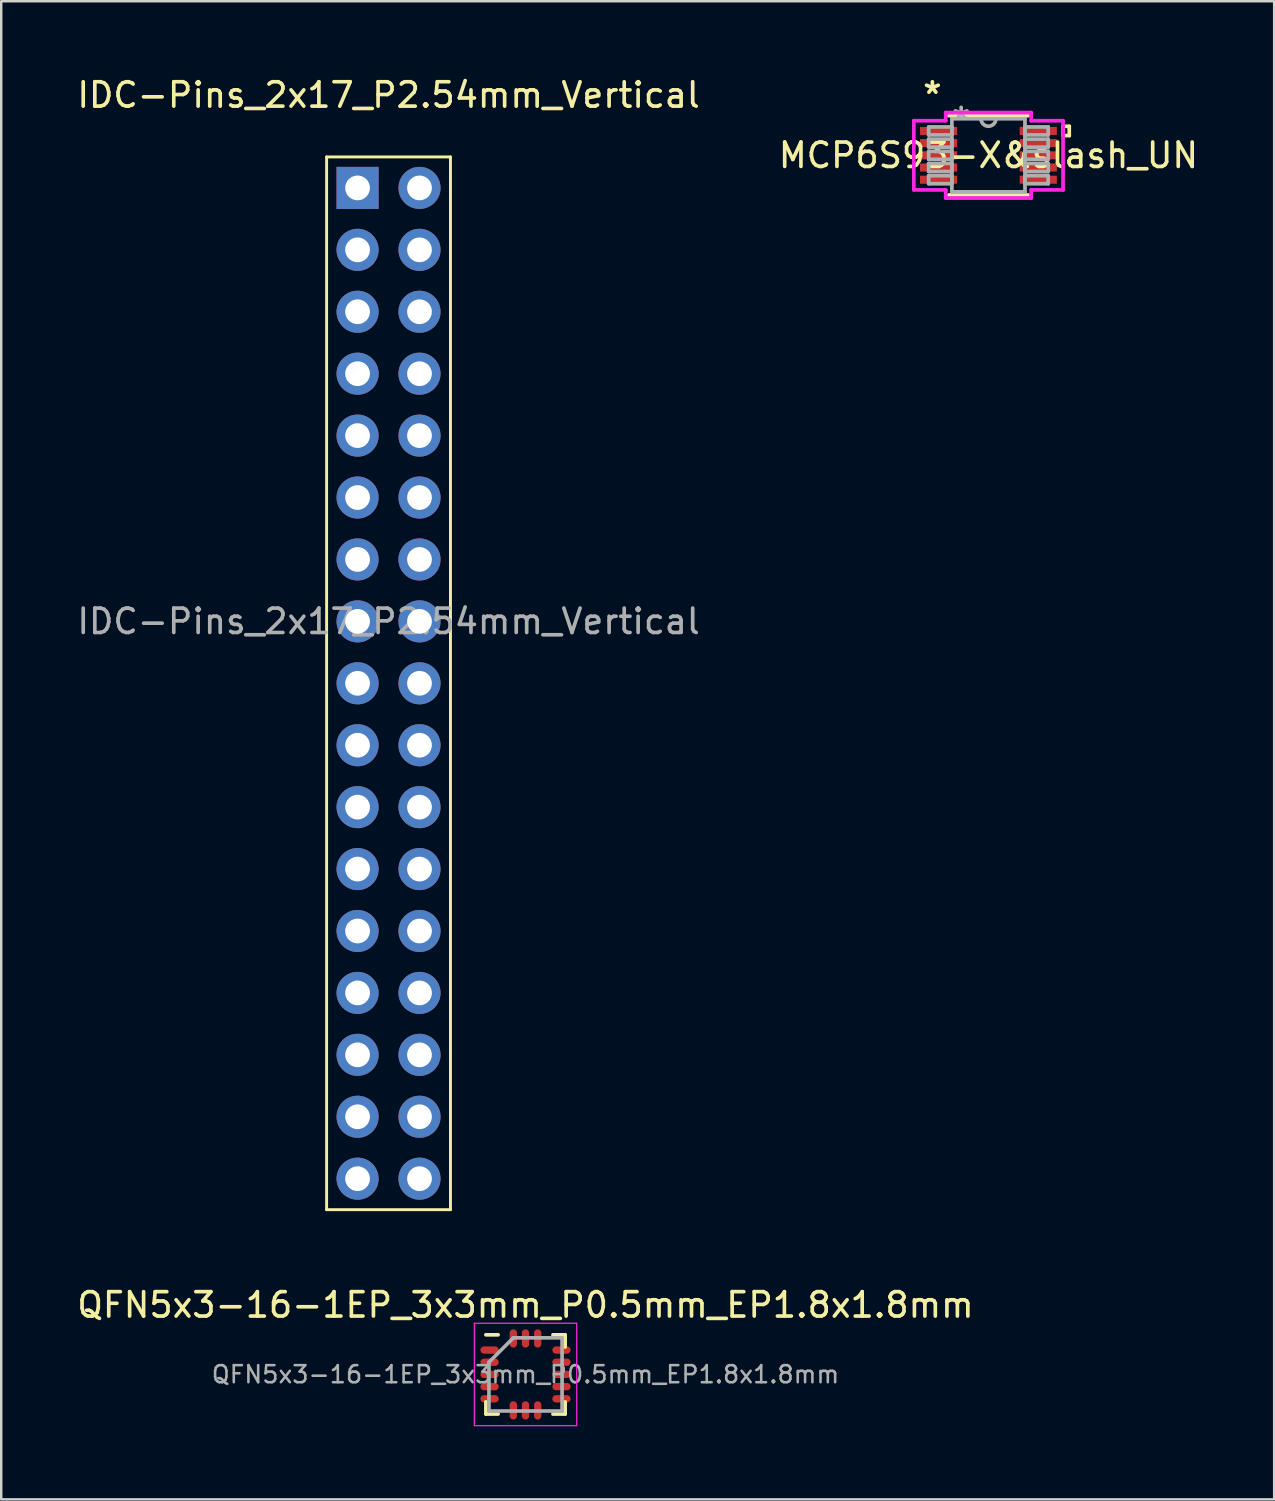
<source format=kicad_pcb>
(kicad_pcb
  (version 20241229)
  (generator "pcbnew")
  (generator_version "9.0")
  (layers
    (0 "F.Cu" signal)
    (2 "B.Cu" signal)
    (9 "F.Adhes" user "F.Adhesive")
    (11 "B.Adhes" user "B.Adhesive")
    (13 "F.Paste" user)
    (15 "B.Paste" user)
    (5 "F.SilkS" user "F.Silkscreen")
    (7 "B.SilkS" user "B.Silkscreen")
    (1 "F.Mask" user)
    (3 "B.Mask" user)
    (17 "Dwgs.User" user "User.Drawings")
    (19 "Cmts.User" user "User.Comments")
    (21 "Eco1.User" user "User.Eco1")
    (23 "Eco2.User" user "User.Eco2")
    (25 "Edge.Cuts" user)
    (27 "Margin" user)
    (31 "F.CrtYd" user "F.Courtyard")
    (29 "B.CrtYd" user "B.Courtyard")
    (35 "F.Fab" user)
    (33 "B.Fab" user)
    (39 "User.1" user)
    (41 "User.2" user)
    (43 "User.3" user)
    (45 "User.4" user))
  (footprint "IDC-Pins_2x17_P2.54mm_Vertical"
    (layer "F.Cu")
    (at 11.617 4.658)
    (property "Reference" "IDC-Pins_2x17_P2.54mm_Vertical" (at 1.27 -3.81 0) (layer "F.SilkS") (effects (font (size 1 1) (thickness 0.15))))
    (attr through_hole)
    (fp_line (start -1.27 -1.27) (end 3.81 -1.27) (stroke (width 0.12) (type solid)) (layer "F.SilkS"))
    (fp_line (start -1.27 41.91) (end -1.27 -1.27) (stroke (width 0.12) (type solid)) (layer "F.SilkS"))
    (fp_line (start 3.81 -1.27) (end 3.81 41.91) (stroke (width 0.12) (type solid)) (layer "F.SilkS"))
    (fp_line (start 3.81 41.91) (end -1.27 41.91) (stroke (width 0.12) (type solid)) (layer "F.SilkS"))
    (fp_text user "${REFERENCE}" (at 1.27 17.78 0) (layer "F.Fab") (effects (font (size 1 1) (thickness 0.15))))
    (pad "1" thru_hole rect (at 0 0) (size 1.727 1.727) (drill 1.016) (layers "*.Cu" "*.Mask"))
    (pad "2" thru_hole oval (at 2.54 0) (size 1.727 1.727) (drill 1.016) (layers "*.Cu" "*.Mask"))
    (pad "3" thru_hole oval (at 0 2.54) (size 1.727 1.727) (drill 1.016) (layers "*.Cu" "*.Mask"))
    (pad "4" thru_hole oval (at 2.54 2.54) (size 1.727 1.727) (drill 1.016) (layers "*.Cu" "*.Mask"))
    (pad "5" thru_hole oval (at 0 5.08) (size 1.727 1.727) (drill 1.016) (layers "*.Cu" "*.Mask"))
    (pad "6" thru_hole oval (at 2.54 5.08) (size 1.727 1.727) (drill 1.016) (layers "*.Cu" "*.Mask"))
    (pad "7" thru_hole oval (at 0 7.62) (size 1.727 1.727) (drill 1.016) (layers "*.Cu" "*.Mask"))
    (pad "8" thru_hole oval (at 2.54 7.62) (size 1.727 1.727) (drill 1.016) (layers "*.Cu" "*.Mask"))
    (pad "9" thru_hole oval (at 0 10.16) (size 1.727 1.727) (drill 1.016) (layers "*.Cu" "*.Mask"))
    (pad "10" thru_hole oval (at 2.54 10.16) (size 1.727 1.727) (drill 1.016) (layers "*.Cu" "*.Mask"))
    (pad "11" thru_hole oval (at 0 12.7) (size 1.727 1.727) (drill 1.016) (layers "*.Cu" "*.Mask"))
    (pad "12" thru_hole oval (at 2.54 12.7) (size 1.727 1.727) (drill 1.016) (layers "*.Cu" "*.Mask"))
    (pad "13" thru_hole oval (at 0 15.24) (size 1.727 1.727) (drill 1.016) (layers "*.Cu" "*.Mask"))
    (pad "14" thru_hole oval (at 2.54 15.24) (size 1.727 1.727) (drill 1.016) (layers "*.Cu" "*.Mask"))
    (pad "15" thru_hole oval (at 0 17.78) (size 1.727 1.727) (drill 1.016) (layers "*.Cu" "*.Mask"))
    (pad "16" thru_hole oval (at 2.54 17.78) (size 1.727 1.727) (drill 1.016) (layers "*.Cu" "*.Mask"))
    (pad "17" thru_hole oval (at 0 20.32) (size 1.727 1.727) (drill 1.016) (layers "*.Cu" "*.Mask"))
    (pad "18" thru_hole oval (at 2.54 20.32) (size 1.727 1.727) (drill 1.016) (layers "*.Cu" "*.Mask"))
    (pad "19" thru_hole oval (at 0 22.86) (size 1.727 1.727) (drill 1.016) (layers "*.Cu" "*.Mask"))
    (pad "20" thru_hole oval (at 2.54 22.86) (size 1.727 1.727) (drill 1.016) (layers "*.Cu" "*.Mask"))
    (pad "21" thru_hole oval (at 0 25.4) (size 1.727 1.727) (drill 1.016) (layers "*.Cu" "*.Mask"))
    (pad "22" thru_hole oval (at 2.54 25.4) (size 1.727 1.727) (drill 1.016) (layers "*.Cu" "*.Mask"))
    (pad "23" thru_hole oval (at 0 27.94) (size 1.727 1.727) (drill 1.016) (layers "*.Cu" "*.Mask"))
    (pad "24" thru_hole oval (at 2.54 27.94) (size 1.727 1.727) (drill 1.016) (layers "*.Cu" "*.Mask"))
    (pad "25" thru_hole oval (at 0 30.48) (size 1.727 1.727) (drill 1.016) (layers "*.Cu" "*.Mask"))
    (pad "26" thru_hole oval (at 2.54 30.48) (size 1.727 1.727) (drill 1.016) (layers "*.Cu" "*.Mask"))
    (pad "27" thru_hole oval (at 0 33.02) (size 1.727 1.727) (drill 1.016) (layers "*.Cu" "*.Mask"))
    (pad "28" thru_hole oval (at 2.54 33.02) (size 1.727 1.727) (drill 1.016) (layers "*.Cu" "*.Mask"))
    (pad "29" thru_hole oval (at 0 35.56) (size 1.727 1.727) (drill 1.016) (layers "*.Cu" "*.Mask"))
    (pad "30" thru_hole oval (at 2.54 35.56) (size 1.727 1.727) (drill 1.016) (layers "*.Cu" "*.Mask"))
    (pad "31" thru_hole oval (at 0 38.1) (size 1.727 1.727) (drill 1.016) (layers "*.Cu" "*.Mask"))
    (pad "32" thru_hole oval (at 2.54 38.1) (size 1.727 1.727) (drill 1.016) (layers "*.Cu" "*.Mask"))
    (pad "33" thru_hole oval (at 0 40.64) (size 1.727 1.727) (drill 1.016) (layers "*.Cu" "*.Mask"))
    (pad "34" thru_hole oval (at 2.54 40.64) (size 1.727 1.727) (drill 1.016) (layers "*.Cu" "*.Mask")))
  (footprint "MCP6S93-X&slash_UN"
    (layer "F.Cu")
    (at 37.494 3.321)
    (property "Reference" "MCP6S93-X&slash_UN" (at 0 0 0) (layer "F.SilkS") (effects (font (size 1 1) (thickness 0.15))))
    (attr through_hole)
    (fp_line (start -1.626 1.626) (end 1.626 1.626) (stroke (width 0.152) (type solid)) (layer "F.SilkS"))
    (fp_line (start 1.626 -1.626) (end -1.626 -1.626) (stroke (width 0.152) (type solid)) (layer "F.SilkS"))
    (fp_line (start 3.061 -1.191) (end 3.315 -1.191) (stroke (width 0.152) (type solid)) (layer "F.SilkS"))
    (fp_line (start 3.061 -0.81) (end 3.061 -1.191) (stroke (width 0.152) (type solid)) (layer "F.SilkS"))
    (fp_line (start 3.315 -1.191) (end 3.315 -0.81) (stroke (width 0.152) (type solid)) (layer "F.SilkS"))
    (fp_line (start 3.315 -0.81) (end 3.061 -0.81) (stroke (width 0.152) (type solid)) (layer "F.SilkS"))
    (fp_line (start -3.061 -1.419) (end -1.753 -1.419) (stroke (width 0.152) (type solid)) (layer "F.CrtYd"))
    (fp_line (start -3.061 1.419) (end -3.061 -1.419) (stroke (width 0.152) (type solid)) (layer "F.CrtYd"))
    (fp_line (start -1.753 -1.753) (end 1.753 -1.753) (stroke (width 0.152) (type solid)) (layer "F.CrtYd"))
    (fp_line (start -1.753 -1.419) (end -1.753 -1.753) (stroke (width 0.152) (type solid)) (layer "F.CrtYd"))
    (fp_line (start -1.753 1.419) (end -3.061 1.419) (stroke (width 0.152) (type solid)) (layer "F.CrtYd"))
    (fp_line (start -1.753 1.753) (end -1.753 1.419) (stroke (width 0.152) (type solid)) (layer "F.CrtYd"))
    (fp_line (start 1.753 -1.753) (end 1.753 -1.419) (stroke (width 0.152) (type solid)) (layer "F.CrtYd"))
    (fp_line (start 1.753 -1.419) (end 3.061 -1.419) (stroke (width 0.152) (type solid)) (layer "F.CrtYd"))
    (fp_line (start 1.753 1.419) (end 1.753 1.753) (stroke (width 0.152) (type solid)) (layer "F.CrtYd"))
    (fp_line (start 1.753 1.753) (end -1.753 1.753) (stroke (width 0.152) (type solid)) (layer "F.CrtYd"))
    (fp_line (start 3.061 -1.419) (end 3.061 1.419) (stroke (width 0.152) (type solid)) (layer "F.CrtYd"))
    (fp_line (start 3.061 1.419) (end 1.753 1.419) (stroke (width 0.152) (type solid)) (layer "F.CrtYd"))
    (fp_line (start -2.451 -1.165) (end -2.451 -0.835) (stroke (width 0.152) (type solid)) (layer "F.Fab"))
    (fp_line (start -2.451 -0.835) (end -1.499 -0.835) (stroke (width 0.152) (type solid)) (layer "F.Fab"))
    (fp_line (start -2.451 -0.665) (end -2.451 -0.335) (stroke (width 0.152) (type solid)) (layer "F.Fab"))
    (fp_line (start -2.451 -0.335) (end -1.499 -0.335) (stroke (width 0.152) (type solid)) (layer "F.Fab"))
    (fp_line (start -2.451 -0.165) (end -2.451 0.165) (stroke (width 0.152) (type solid)) (layer "F.Fab"))
    (fp_line (start -2.451 0.165) (end -1.499 0.165) (stroke (width 0.152) (type solid)) (layer "F.Fab"))
    (fp_line (start -2.451 0.335) (end -2.451 0.665) (stroke (width 0.152) (type solid)) (layer "F.Fab"))
    (fp_line (start -2.451 0.665) (end -1.499 0.665) (stroke (width 0.152) (type solid)) (layer "F.Fab"))
    (fp_line (start -2.451 0.835) (end -2.451 1.165) (stroke (width 0.152) (type solid)) (layer "F.Fab"))
    (fp_line (start -2.451 1.165) (end -1.499 1.165) (stroke (width 0.152) (type solid)) (layer "F.Fab"))
    (fp_line (start -1.499 -1.499) (end -1.499 1.499) (stroke (width 0.152) (type solid)) (layer "F.Fab"))
    (fp_line (start -1.499 -1.165) (end -2.451 -1.165) (stroke (width 0.152) (type solid)) (layer "F.Fab"))
    (fp_line (start -1.499 -0.835) (end -1.499 -1.165) (stroke (width 0.152) (type solid)) (layer "F.Fab"))
    (fp_line (start -1.499 -0.665) (end -2.451 -0.665) (stroke (width 0.152) (type solid)) (layer "F.Fab"))
    (fp_line (start -1.499 -0.335) (end -1.499 -0.665) (stroke (width 0.152) (type solid)) (layer "F.Fab"))
    (fp_line (start -1.499 -0.165) (end -2.451 -0.165) (stroke (width 0.152) (type solid)) (layer "F.Fab"))
    (fp_line (start -1.499 0.165) (end -1.499 -0.165) (stroke (width 0.152) (type solid)) (layer "F.Fab"))
    (fp_line (start -1.499 0.335) (end -2.451 0.335) (stroke (width 0.152) (type solid)) (layer "F.Fab"))
    (fp_line (start -1.499 0.665) (end -1.499 0.335) (stroke (width 0.152) (type solid)) (layer "F.Fab"))
    (fp_line (start -1.499 0.835) (end -2.451 0.835) (stroke (width 0.152) (type solid)) (layer "F.Fab"))
    (fp_line (start -1.499 1.165) (end -1.499 0.835) (stroke (width 0.152) (type solid)) (layer "F.Fab"))
    (fp_line (start -1.499 1.499) (end 1.499 1.499) (stroke (width 0.152) (type solid)) (layer "F.Fab"))
    (fp_line (start 1.499 -1.499) (end -1.499 -1.499) (stroke (width 0.152) (type solid)) (layer "F.Fab"))
    (fp_line (start 1.499 -1.165) (end 1.499 -0.835) (stroke (width 0.152) (type solid)) (layer "F.Fab"))
    (fp_line (start 1.499 -0.835) (end 2.451 -0.835) (stroke (width 0.152) (type solid)) (layer "F.Fab"))
    (fp_line (start 1.499 -0.665) (end 1.499 -0.335) (stroke (width 0.152) (type solid)) (layer "F.Fab"))
    (fp_line (start 1.499 -0.335) (end 2.451 -0.335) (stroke (width 0.152) (type solid)) (layer "F.Fab"))
    (fp_line (start 1.499 -0.165) (end 1.499 0.165) (stroke (width 0.152) (type solid)) (layer "F.Fab"))
    (fp_line (start 1.499 0.165) (end 2.451 0.165) (stroke (width 0.152) (type solid)) (layer "F.Fab"))
    (fp_line (start 1.499 0.335) (end 1.499 0.665) (stroke (width 0.152) (type solid)) (layer "F.Fab"))
    (fp_line (start 1.499 0.665) (end 2.451 0.665) (stroke (width 0.152) (type solid)) (layer "F.Fab"))
    (fp_line (start 1.499 0.835) (end 1.499 1.165) (stroke (width 0.152) (type solid)) (layer "F.Fab"))
    (fp_line (start 1.499 1.165) (end 2.451 1.165) (stroke (width 0.152) (type solid)) (layer "F.Fab"))
    (fp_line (start 1.499 1.499) (end 1.499 -1.499) (stroke (width 0.152) (type solid)) (layer "F.Fab"))
    (fp_line (start 2.451 -1.165) (end 1.499 -1.165) (stroke (width 0.152) (type solid)) (layer "F.Fab"))
    (fp_line (start 2.451 -0.835) (end 2.451 -1.165) (stroke (width 0.152) (type solid)) (layer "F.Fab"))
    (fp_line (start 2.451 -0.665) (end 1.499 -0.665) (stroke (width 0.152) (type solid)) (layer "F.Fab"))
    (fp_line (start 2.451 -0.335) (end 2.451 -0.665) (stroke (width 0.152) (type solid)) (layer "F.Fab"))
    (fp_line (start 2.451 -0.165) (end 1.499 -0.165) (stroke (width 0.152) (type solid)) (layer "F.Fab"))
    (fp_line (start 2.451 0.165) (end 2.451 -0.165) (stroke (width 0.152) (type solid)) (layer "F.Fab"))
    (fp_line (start 2.451 0.335) (end 1.499 0.335) (stroke (width 0.152) (type solid)) (layer "F.Fab"))
    (fp_line (start 2.451 0.665) (end 2.451 0.335) (stroke (width 0.152) (type solid)) (layer "F.Fab"))
    (fp_line (start 2.451 0.835) (end 1.499 0.835) (stroke (width 0.152) (type solid)) (layer "F.Fab"))
    (fp_line (start 2.451 1.165) (end 2.451 0.835) (stroke (width 0.152) (type solid)) (layer "F.Fab"))
    (fp_arc (start 0.3048 -1.4986) (mid 0 -1.1938) (end -0.3048 -1.4986) (stroke (width 0.1524) (type solid)) (layer "F.Fab"))
    (fp_text user "*" (at -2.299 -2.473 0) (layer "F.SilkS") (effects (font (size 1 1) (thickness 0.15))))
    (fp_text user "Copyright 2016 Accelerated Designs. All rights reserved." (at 0 0 0) (layer "Cmts.User") (effects (font (size 0.127 0.127) (thickness 0.002))))
    (fp_text user "*" (at -1.118 -1.422 0) (layer "F.Fab") (effects (font (size 1 1) (thickness 0.15))))
    (pad "1" smd rect (at -2.045 -1) (size 1.524 0.33) (layers "F.Cu" "F.Mask" "F.Paste"))
    (pad "2" smd rect (at -2.045 -0.5) (size 1.524 0.33) (layers "F.Cu" "F.Mask" "F.Paste"))
    (pad "3" smd rect (at -2.045 0) (size 1.524 0.33) (layers "F.Cu" "F.Mask" "F.Paste"))
    (pad "4" smd rect (at -2.045 0.5) (size 1.524 0.33) (layers "F.Cu" "F.Mask" "F.Paste"))
    (pad "5" smd rect (at -2.045 1) (size 1.524 0.33) (layers "F.Cu" "F.Mask" "F.Paste"))
    (pad "6" smd rect (at 2.045 1) (size 1.524 0.33) (layers "F.Cu" "F.Mask" "F.Paste"))
    (pad "7" smd rect (at 2.045 0.5) (size 1.524 0.33) (layers "F.Cu" "F.Mask" "F.Paste"))
    (pad "8" smd rect (at 2.045 0) (size 1.524 0.33) (layers "F.Cu" "F.Mask" "F.Paste"))
    (pad "9" smd rect (at 2.045 -0.5) (size 1.524 0.33) (layers "F.Cu" "F.Mask" "F.Paste"))
    (pad "10" smd rect (at 2.045 -1) (size 1.524 0.33) (layers "F.Cu" "F.Mask" "F.Paste")))
  (footprint "QFN5x3-16-1EP_3x3mm_P0.5mm_EP1.8x1.8mm"
    (layer "F.Cu")
    (at 18.506 53.327)
    (property "Reference" "QFN5x3-16-1EP_3x3mm_P0.5mm_EP1.8x1.8mm" (at 0 -2.85 0) (layer "F.SilkS") (effects (font (size 1 1) (thickness 0.15))))
    (attr smd)
    (fp_line (start -1.625 -1.625) (end -1.125 -1.625) (stroke (width 0.15) (type solid)) (layer "F.SilkS"))
    (fp_line (start -1.625 1.625) (end -1.625 1.125) (stroke (width 0.15) (type solid)) (layer "F.SilkS"))
    (fp_line (start -1.625 1.625) (end -1.125 1.625) (stroke (width 0.15) (type solid)) (layer "F.SilkS"))
    (fp_line (start 1.625 -1.625) (end 1.125 -1.625) (stroke (width 0.15) (type solid)) (layer "F.SilkS"))
    (fp_line (start 1.625 -1.625) (end 1.625 -1.125) (stroke (width 0.15) (type solid)) (layer "F.SilkS"))
    (fp_line (start 1.625 1.625) (end 1.125 1.625) (stroke (width 0.15) (type solid)) (layer "F.SilkS"))
    (fp_line (start 1.625 1.625) (end 1.625 1.125) (stroke (width 0.15) (type solid)) (layer "F.SilkS"))
    (fp_line (start -2.1 -2.1) (end -2.1 2.1) (stroke (width 0.05) (type solid)) (layer "F.CrtYd"))
    (fp_line (start -2.1 -2.1) (end 2.1 -2.1) (stroke (width 0.05) (type solid)) (layer "F.CrtYd"))
    (fp_line (start -2.1 2.1) (end 2.1 2.1) (stroke (width 0.05) (type solid)) (layer "F.CrtYd"))
    (fp_line (start 2.1 -2.1) (end 2.1 2.1) (stroke (width 0.05) (type solid)) (layer "F.CrtYd"))
    (fp_line (start -1.5 -0.5) (end -0.5 -1.5) (stroke (width 0.15) (type solid)) (layer "F.Fab"))
    (fp_line (start -1.5 1.5) (end -1.5 -0.5) (stroke (width 0.15) (type solid)) (layer "F.Fab"))
    (fp_line (start -0.5 -1.5) (end 1.5 -1.5) (stroke (width 0.15) (type solid)) (layer "F.Fab"))
    (fp_line (start 1.5 -1.5) (end 1.5 1.5) (stroke (width 0.15) (type solid)) (layer "F.Fab"))
    (fp_line (start 1.5 1.5) (end -1.5 1.5) (stroke (width 0.15) (type solid)) (layer "F.Fab"))
    (fp_text user "${REFERENCE}" (at 0 0 0) (layer "F.Fab") (effects (font (size 0.7 0.7) (thickness 0.105))))
    (pad "1" smd oval (at -1.475 -1) (size 0.75 0.3) (layers "F.Cu" "F.Mask" "F.Paste"))
    (pad "2" smd oval (at -1.475 -0.5) (size 0.75 0.3) (layers "F.Cu" "F.Mask" "F.Paste"))
    (pad "3" smd oval (at -1.475 0) (size 0.75 0.3) (layers "F.Cu" "F.Mask" "F.Paste"))
    (pad "4" smd oval (at -1.475 0.5) (size 0.75 0.3) (layers "F.Cu" "F.Mask" "F.Paste"))
    (pad "5" smd oval (at -1.475 1) (size 0.75 0.3) (layers "F.Cu" "F.Mask" "F.Paste"))
    (pad "6" smd oval (at -0.5 1.475 90) (size 0.75 0.3) (layers "F.Cu" "F.Mask" "F.Paste"))
    (pad "7" smd oval (at 0 1.475 90) (size 0.75 0.3) (layers "F.Cu" "F.Mask" "F.Paste"))
    (pad "8" smd oval (at 0.5 1.475 90) (size 0.75 0.3) (layers "F.Cu" "F.Mask" "F.Paste"))
    (pad "9" smd oval (at 1.475 1) (size 0.75 0.3) (layers "F.Cu" "F.Mask" "F.Paste"))
    (pad "10" smd oval (at 1.475 0.5) (size 0.75 0.3) (layers "F.Cu" "F.Mask" "F.Paste"))
    (pad "11" smd oval (at 1.475 0) (size 0.75 0.3) (layers "F.Cu" "F.Mask" "F.Paste"))
    (pad "12" smd oval (at 1.475 -0.5) (size 0.75 0.3) (layers "F.Cu" "F.Mask" "F.Paste"))
    (pad "13" smd oval (at 1.475 -1) (size 0.75 0.3) (layers "F.Cu" "F.Mask" "F.Paste"))
    (pad "14" smd oval (at 0.5 -1.475 90) (size 0.75 0.3) (layers "F.Cu" "F.Mask" "F.Paste"))
    (pad "15" smd oval (at 0 -1.475 90) (size 0.75 0.3) (layers "F.Cu" "F.Mask" "F.Paste"))
    (pad "16" smd oval (at -0.5 -1.475 90) (size 0.75 0.3) (layers "F.Cu" "F.Mask" "F.Paste")))
  (gr_rect
    (start -3 -3)
    (end 49.214 58.452)
    (stroke (width 0.1) (type default))
    (fill no)
    (layer "Edge.Cuts")))
</source>
